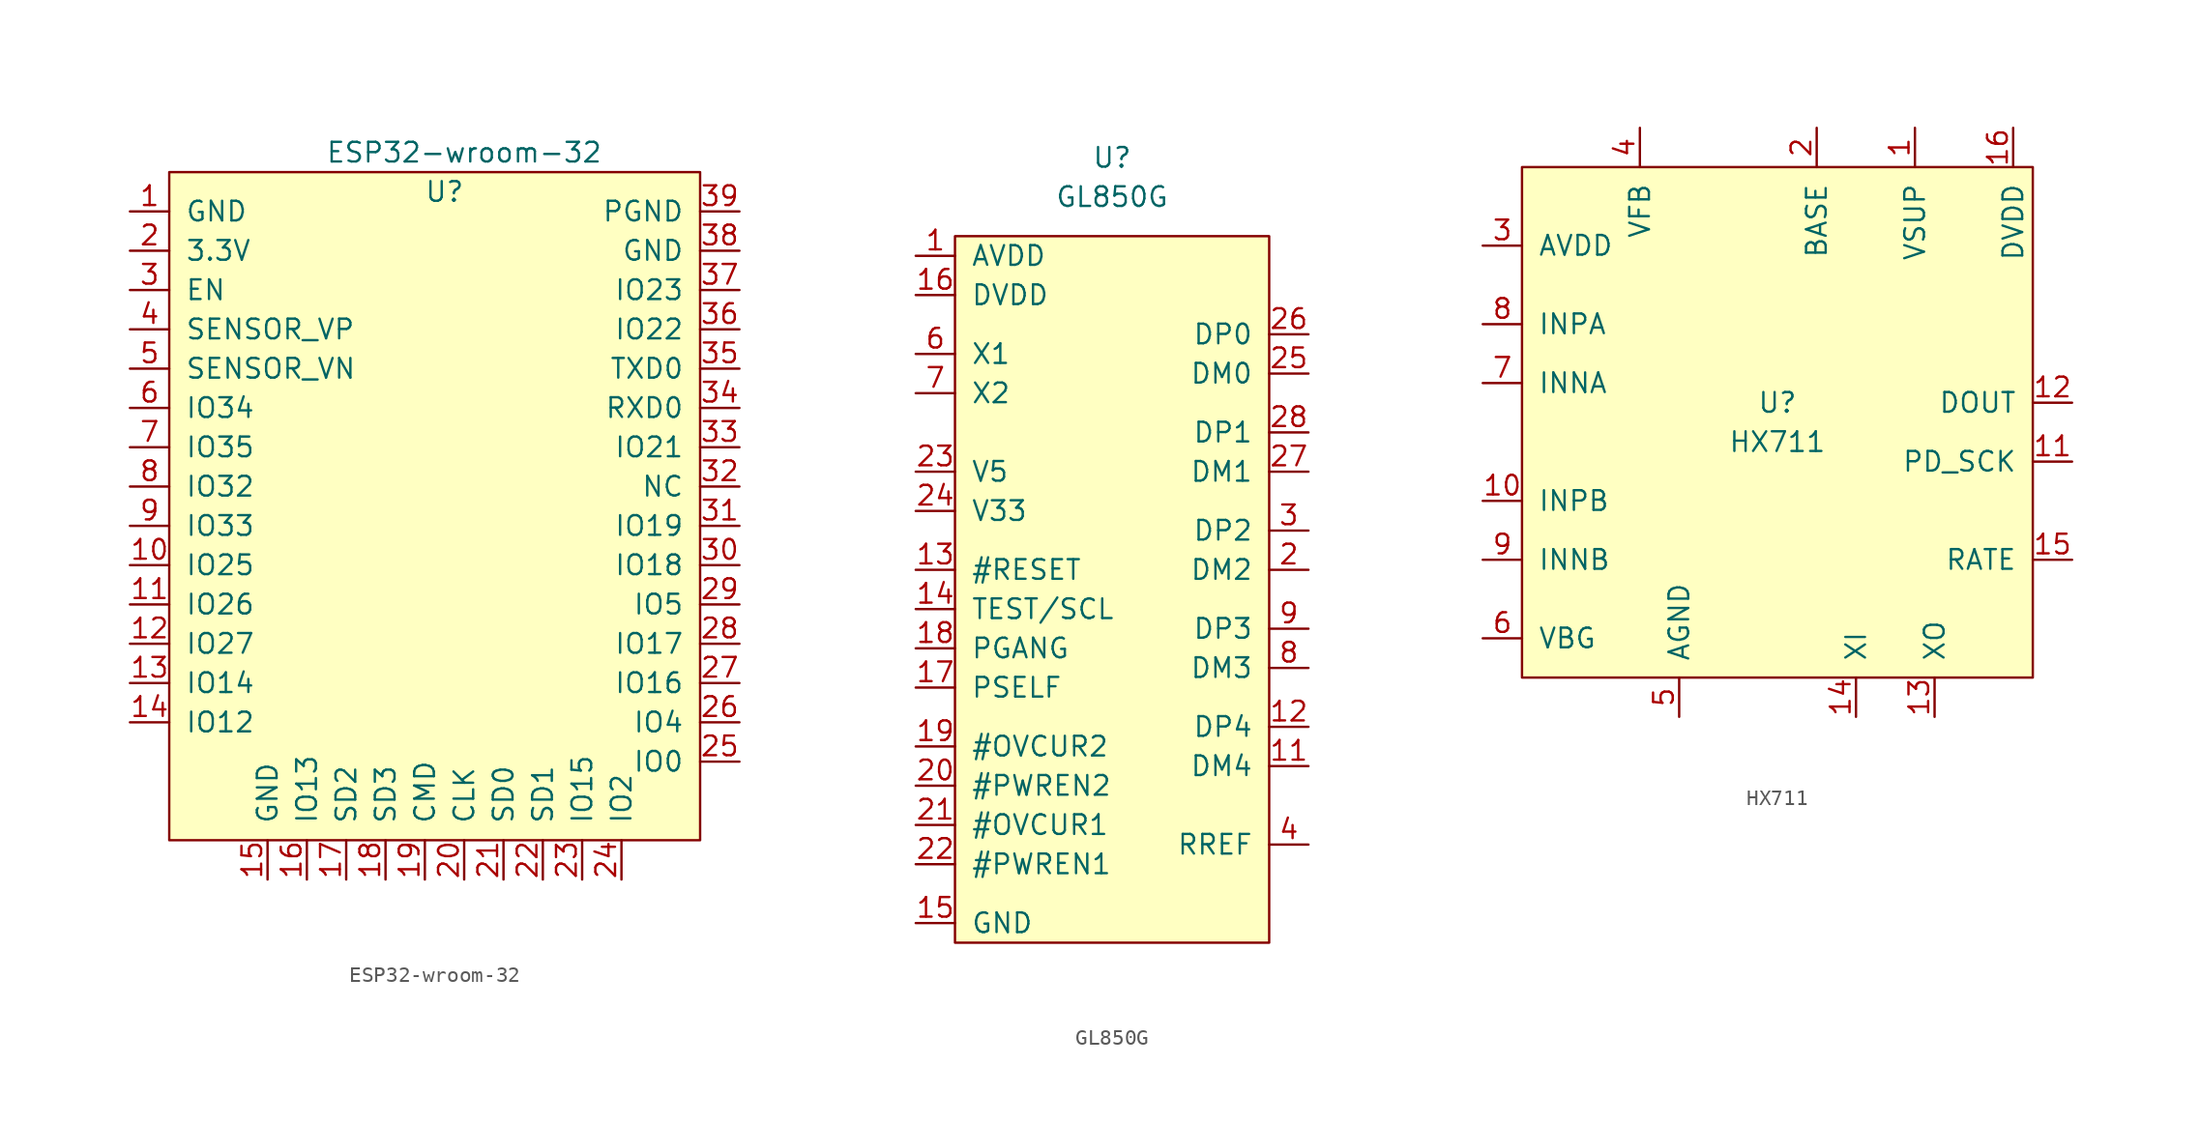
<source format=kicad_sym>
(kicad_symbol_lib
  (version 20231120)
  (generator "kicad_symbol_editor")
  (generator_version "8.0")
  (symbol "ESP32-wroom-32"
    (pin_names
      (offset 1.016))
    (property "Reference" "U"
      (at 0 20.32 0)
      (effects (font (size 1.27 1.27))))
    (property "Value" "ESP32-wroom-32"
      (at 1.27 22.86 0)
      (effects (font (size 1.27 1.27))))
    (symbol "ESP32-wroom-32_0_1"
      (rectangle (start -17.78 21.59) (end 16.51 -21.59) (stroke (width 0) (type solid)) (fill (type background))))
    (symbol "ESP32-wroom-32_1_1"
      (pin input line (at -20.32 19.05 0) (length 2.54) (name "GND" (effects (font (size 1.27 1.27)))) (number "1" (effects (font (size 1.27 1.27)))))
      (pin input line (at -20.32 -3.81 0) (length 2.54) (name "IO25" (effects (font (size 1.27 1.27)))) (number "10" (effects (font (size 1.27 1.27)))))
      (pin input line (at -20.32 -6.35 0) (length 2.54) (name "IO26" (effects (font (size 1.27 1.27)))) (number "11" (effects (font (size 1.27 1.27)))))
      (pin input line (at -20.32 -8.89 0) (length 2.54) (name "IO27" (effects (font (size 1.27 1.27)))) (number "12" (effects (font (size 1.27 1.27)))))
      (pin input line (at -20.32 -11.43 0) (length 2.54) (name "IO14" (effects (font (size 1.27 1.27)))) (number "13" (effects (font (size 1.27 1.27)))))
      (pin input line (at -20.32 -13.97 0) (length 2.54) (name "IO12" (effects (font (size 1.27 1.27)))) (number "14" (effects (font (size 1.27 1.27)))))
      (pin input line (at -11.43 -24.13 90) (length 2.54) (name "GND" (effects (font (size 1.27 1.27)))) (number "15" (effects (font (size 1.27 1.27)))))
      (pin input line (at -8.89 -24.13 90) (length 2.54) (name "IO13" (effects (font (size 1.27 1.27)))) (number "16" (effects (font (size 1.27 1.27)))))
      (pin input line (at -6.35 -24.13 90) (length 2.54) (name "SD2" (effects (font (size 1.27 1.27)))) (number "17" (effects (font (size 1.27 1.27)))))
      (pin input line (at -3.81 -24.13 90) (length 2.54) (name "SD3" (effects (font (size 1.27 1.27)))) (number "18" (effects (font (size 1.27 1.27)))))
      (pin input line (at -1.27 -24.13 90) (length 2.54) (name "CMD" (effects (font (size 1.27 1.27)))) (number "19" (effects (font (size 1.27 1.27)))))
      (pin input line (at -20.32 16.51 0) (length 2.54) (name "3.3V" (effects (font (size 1.27 1.27)))) (number "2" (effects (font (size 1.27 1.27)))))
      (pin input line (at 1.27 -24.13 90) (length 2.54) (name "CLK" (effects (font (size 1.27 1.27)))) (number "20" (effects (font (size 1.27 1.27)))))
      (pin input line (at 3.81 -24.13 90) (length 2.54) (name "SD0" (effects (font (size 1.27 1.27)))) (number "21" (effects (font (size 1.27 1.27)))))
      (pin input line (at 6.35 -24.13 90) (length 2.54) (name "SD1" (effects (font (size 1.27 1.27)))) (number "22" (effects (font (size 1.27 1.27)))))
      (pin input line (at 8.89 -24.13 90) (length 2.54) (name "IO15" (effects (font (size 1.27 1.27)))) (number "23" (effects (font (size 1.27 1.27)))))
      (pin input line (at 11.43 -24.13 90) (length 2.54) (name "IO2" (effects (font (size 1.27 1.27)))) (number "24" (effects (font (size 1.27 1.27)))))
      (pin input line (at 19.05 -16.51 180) (length 2.54) (name "IO0" (effects (font (size 1.27 1.27)))) (number "25" (effects (font (size 1.27 1.27)))))
      (pin input line (at 19.05 -13.97 180) (length 2.54) (name "IO4" (effects (font (size 1.27 1.27)))) (number "26" (effects (font (size 1.27 1.27)))))
      (pin input line (at 19.05 -11.43 180) (length 2.54) (name "IO16" (effects (font (size 1.27 1.27)))) (number "27" (effects (font (size 1.27 1.27)))))
      (pin input line (at 19.05 -8.89 180) (length 2.54) (name "IO17" (effects (font (size 1.27 1.27)))) (number "28" (effects (font (size 1.27 1.27)))))
      (pin input line (at 19.05 -6.35 180) (length 2.54) (name "IO5" (effects (font (size 1.27 1.27)))) (number "29" (effects (font (size 1.27 1.27)))))
      (pin input line (at -20.32 13.97 0) (length 2.54) (name "EN" (effects (font (size 1.27 1.27)))) (number "3" (effects (font (size 1.27 1.27)))))
      (pin input line (at 19.05 -3.81 180) (length 2.54) (name "IO18" (effects (font (size 1.27 1.27)))) (number "30" (effects (font (size 1.27 1.27)))))
      (pin input line (at 19.05 -1.27 180) (length 2.54) (name "IO19" (effects (font (size 1.27 1.27)))) (number "31" (effects (font (size 1.27 1.27)))))
      (pin input line (at 19.05 1.27 180) (length 2.54) (name "NC" (effects (font (size 1.27 1.27)))) (number "32" (effects (font (size 1.27 1.27)))))
      (pin input line (at 19.05 3.81 180) (length 2.54) (name "IO21" (effects (font (size 1.27 1.27)))) (number "33" (effects (font (size 1.27 1.27)))))
      (pin input line (at 19.05 6.35 180) (length 2.54) (name "RXD0" (effects (font (size 1.27 1.27)))) (number "34" (effects (font (size 1.27 1.27)))))
      (pin input line (at 19.05 8.89 180) (length 2.54) (name "TXD0" (effects (font (size 1.27 1.27)))) (number "35" (effects (font (size 1.27 1.27)))))
      (pin input line (at 19.05 11.43 180) (length 2.54) (name "IO22" (effects (font (size 1.27 1.27)))) (number "36" (effects (font (size 1.27 1.27)))))
      (pin input line (at 19.05 13.97 180) (length 2.54) (name "IO23" (effects (font (size 1.27 1.27)))) (number "37" (effects (font (size 1.27 1.27)))))
      (pin input line (at 19.05 16.51 180) (length 2.54) (name "GND" (effects (font (size 1.27 1.27)))) (number "38" (effects (font (size 1.27 1.27)))))
      (pin input line (at 19.05 19.05 180) (length 2.54) (name "PGND" (effects (font (size 1.27 1.27)))) (number "39" (effects (font (size 1.27 1.27)))))
      (pin input line (at -20.32 11.43 0) (length 2.54) (name "SENSOR_VP" (effects (font (size 1.27 1.27)))) (number "4" (effects (font (size 1.27 1.27)))))
      (pin input line (at -20.32 8.89 0) (length 2.54) (name "SENSOR_VN" (effects (font (size 1.27 1.27)))) (number "5" (effects (font (size 1.27 1.27)))))
      (pin input line (at -20.32 6.35 0) (length 2.54) (name "IO34" (effects (font (size 1.27 1.27)))) (number "6" (effects (font (size 1.27 1.27)))))
      (pin input line (at -20.32 3.81 0) (length 2.54) (name "IO35" (effects (font (size 1.27 1.27)))) (number "7" (effects (font (size 1.27 1.27)))))
      (pin input line (at -20.32 1.27 0) (length 2.54) (name "IO32" (effects (font (size 1.27 1.27)))) (number "8" (effects (font (size 1.27 1.27)))))
      (pin input line (at -20.32 -1.27 0) (length 2.54) (name "IO33" (effects (font (size 1.27 1.27)))) (number "9" (effects (font (size 1.27 1.27)))))))
  (symbol "GL850G"
    (pin_names
      (offset 1.016))
    (property "Reference" "U"
      (at 0 27.94 0)
      (effects (font (size 1.27 1.27))))
    (property "Value" "GL850G"
      (at 0 25.4 0)
      (effects (font (size 1.27 1.27))))
    (symbol "GL850G_0_1"
      (rectangle (start -10.16 22.86) (end 10.16 -22.86) (stroke (width 0) (type solid)) (fill (type background))))
    (symbol "GL850G_1_1"
      (pin input line (at -12.7 21.59 0) (length 2.54) (name "AVDD" (effects (font (size 1.27 1.27)))) (number "1" (effects (font (size 1.27 1.27)))))
      (pin input line (at -12.7 21.59 0) (length 2.54) hide (name "AVDD" (effects (font (size 1.27 1.27)))) (number "10" (effects (font (size 1.27 1.27)))))
      (pin input line (at 12.7 -11.43 180) (length 2.54) (name "DM4" (effects (font (size 1.27 1.27)))) (number "11" (effects (font (size 1.27 1.27)))))
      (pin input line (at 12.7 -8.89 180) (length 2.54) (name "DP4" (effects (font (size 1.27 1.27)))) (number "12" (effects (font (size 1.27 1.27)))))
      (pin input line (at -12.7 1.27 0) (length 2.54) (name "#RESET" (effects (font (size 1.27 1.27)))) (number "13" (effects (font (size 1.27 1.27)))))
      (pin input line (at -12.7 -1.27 0) (length 2.54) (name "TEST/SCL" (effects (font (size 1.27 1.27)))) (number "14" (effects (font (size 1.27 1.27)))))
      (pin input line (at -12.7 -21.59 0) (length 2.54) (name "GND" (effects (font (size 1.27 1.27)))) (number "15" (effects (font (size 1.27 1.27)))))
      (pin input line (at -12.7 19.05 0) (length 2.54) (name "DVDD" (effects (font (size 1.27 1.27)))) (number "16" (effects (font (size 1.27 1.27)))))
      (pin input line (at -12.7 -6.35 0) (length 2.54) (name "PSELF" (effects (font (size 1.27 1.27)))) (number "17" (effects (font (size 1.27 1.27)))))
      (pin input line (at -12.7 -3.81 0) (length 2.54) (name "PGANG" (effects (font (size 1.27 1.27)))) (number "18" (effects (font (size 1.27 1.27)))))
      (pin input line (at -12.7 -10.16 0) (length 2.54) (name "#OVCUR2" (effects (font (size 1.27 1.27)))) (number "19" (effects (font (size 1.27 1.27)))))
      (pin input line (at 12.7 1.27 180) (length 2.54) (name "DM2" (effects (font (size 1.27 1.27)))) (number "2" (effects (font (size 1.27 1.27)))))
      (pin input line (at -12.7 -12.7 0) (length 2.54) (name "#PWREN2" (effects (font (size 1.27 1.27)))) (number "20" (effects (font (size 1.27 1.27)))))
      (pin input line (at -12.7 -15.24 0) (length 2.54) (name "#OVCUR1" (effects (font (size 1.27 1.27)))) (number "21" (effects (font (size 1.27 1.27)))))
      (pin input line (at -12.7 -17.78 0) (length 2.54) (name "#PWREN1" (effects (font (size 1.27 1.27)))) (number "22" (effects (font (size 1.27 1.27)))))
      (pin input line (at -12.7 7.62 0) (length 2.54) (name "V5" (effects (font (size 1.27 1.27)))) (number "23" (effects (font (size 1.27 1.27)))))
      (pin input line (at -12.7 5.08 0) (length 2.54) (name "V33" (effects (font (size 1.27 1.27)))) (number "24" (effects (font (size 1.27 1.27)))))
      (pin input line (at 12.7 13.97 180) (length 2.54) (name "DM0" (effects (font (size 1.27 1.27)))) (number "25" (effects (font (size 1.27 1.27)))))
      (pin input line (at 12.7 16.51 180) (length 2.54) (name "DP0" (effects (font (size 1.27 1.27)))) (number "26" (effects (font (size 1.27 1.27)))))
      (pin input line (at 12.7 7.62 180) (length 2.54) (name "DM1" (effects (font (size 1.27 1.27)))) (number "27" (effects (font (size 1.27 1.27)))))
      (pin input line (at 12.7 10.16 180) (length 2.54) (name "DP1" (effects (font (size 1.27 1.27)))) (number "28" (effects (font (size 1.27 1.27)))))
      (pin input line (at 12.7 3.81 180) (length 2.54) (name "DP2" (effects (font (size 1.27 1.27)))) (number "3" (effects (font (size 1.27 1.27)))))
      (pin input line (at 12.7 -16.51 180) (length 2.54) (name "RREF" (effects (font (size 1.27 1.27)))) (number "4" (effects (font (size 1.27 1.27)))))
      (pin input line (at -12.7 21.59 0) (length 2.54) hide (name "AVDD" (effects (font (size 1.27 1.27)))) (number "5" (effects (font (size 1.27 1.27)))))
      (pin input line (at -12.7 15.24 0) (length 2.54) (name "X1" (effects (font (size 1.27 1.27)))) (number "6" (effects (font (size 1.27 1.27)))))
      (pin input line (at -12.7 12.7 0) (length 2.54) (name "X2" (effects (font (size 1.27 1.27)))) (number "7" (effects (font (size 1.27 1.27)))))
      (pin input line (at 12.7 -5.08 180) (length 2.54) (name "DM3" (effects (font (size 1.27 1.27)))) (number "8" (effects (font (size 1.27 1.27)))))
      (pin input line (at 12.7 -2.54 180) (length 2.54) (name "DP3" (effects (font (size 1.27 1.27)))) (number "9" (effects (font (size 1.27 1.27)))))))
  (symbol "HX711"
    (pin_names
      (offset 1.016))
    (property "Reference" "U"
      (at 0 1.27 0)
      (effects (font (size 1.27 1.27))))
    (property "Value" "HX711"
      (at 0 -1.27 0)
      (effects (font (size 1.27 1.27))))
    (symbol "HX711_0_1"
      (rectangle (start -16.51 16.51) (end 16.51 -16.51) (stroke (width 0) (type solid)) (fill (type background))))
    (symbol "HX711_1_1"
      (pin input line (at 8.89 19.05 270) (length 2.54) (name "VSUP" (effects (font (size 1.27 1.27)))) (number "1" (effects (font (size 1.27 1.27)))))
      (pin input line (at -19.05 -5.08 0) (length 2.54) (name "INPB" (effects (font (size 1.27 1.27)))) (number "10" (effects (font (size 1.27 1.27)))))
      (pin input line (at 19.05 -2.54 180) (length 2.54) (name "PD_SCK" (effects (font (size 1.27 1.27)))) (number "11" (effects (font (size 1.27 1.27)))))
      (pin input line (at 19.05 1.27 180) (length 2.54) (name "DOUT" (effects (font (size 1.27 1.27)))) (number "12" (effects (font (size 1.27 1.27)))))
      (pin input line (at 10.16 -19.05 90) (length 2.54) (name "XO" (effects (font (size 1.27 1.27)))) (number "13" (effects (font (size 1.27 1.27)))))
      (pin input line (at 5.08 -19.05 90) (length 2.54) (name "XI" (effects (font (size 1.27 1.27)))) (number "14" (effects (font (size 1.27 1.27)))))
      (pin input line (at 19.05 -8.89 180) (length 2.54) (name "RATE" (effects (font (size 1.27 1.27)))) (number "15" (effects (font (size 1.27 1.27)))))
      (pin input line (at 15.24 19.05 270) (length 2.54) (name "DVDD" (effects (font (size 1.27 1.27)))) (number "16" (effects (font (size 1.27 1.27)))))
      (pin input line (at 2.54 19.05 270) (length 2.54) (name "BASE" (effects (font (size 1.27 1.27)))) (number "2" (effects (font (size 1.27 1.27)))))
      (pin input line (at -19.05 11.43 0) (length 2.54) (name "AVDD" (effects (font (size 1.27 1.27)))) (number "3" (effects (font (size 1.27 1.27)))))
      (pin input line (at -8.89 19.05 270) (length 2.54) (name "VFB" (effects (font (size 1.27 1.27)))) (number "4" (effects (font (size 1.27 1.27)))))
      (pin input line (at -6.35 -19.05 90) (length 2.54) (name "AGND" (effects (font (size 1.27 1.27)))) (number "5" (effects (font (size 1.27 1.27)))))
      (pin input line (at -19.05 -13.97 0) (length 2.54) (name "VBG" (effects (font (size 1.27 1.27)))) (number "6" (effects (font (size 1.27 1.27)))))
      (pin input line (at -19.05 2.54 0) (length 2.54) (name "INNA" (effects (font (size 1.27 1.27)))) (number "7" (effects (font (size 1.27 1.27)))))
      (pin input line (at -19.05 6.35 0) (length 2.54) (name "INPA" (effects (font (size 1.27 1.27)))) (number "8" (effects (font (size 1.27 1.27)))))
      (pin input line (at -19.05 -8.89 0) (length 2.54) (name "INNB" (effects (font (size 1.27 1.27)))) (number "9" (effects (font (size 1.27 1.27))))))))
</source>
